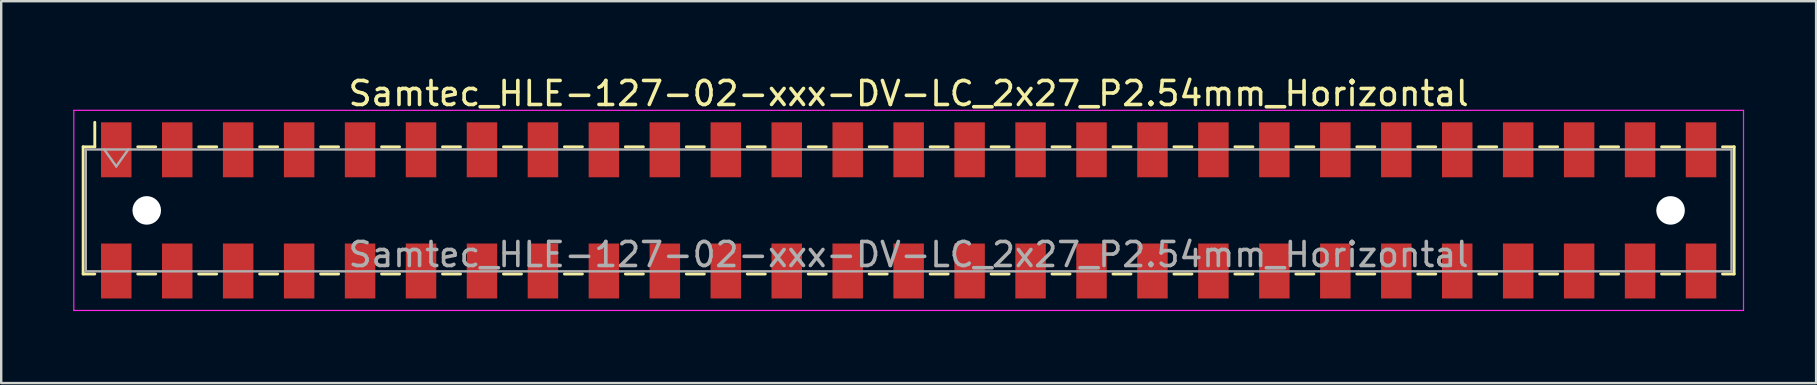
<source format=kicad_pcb>
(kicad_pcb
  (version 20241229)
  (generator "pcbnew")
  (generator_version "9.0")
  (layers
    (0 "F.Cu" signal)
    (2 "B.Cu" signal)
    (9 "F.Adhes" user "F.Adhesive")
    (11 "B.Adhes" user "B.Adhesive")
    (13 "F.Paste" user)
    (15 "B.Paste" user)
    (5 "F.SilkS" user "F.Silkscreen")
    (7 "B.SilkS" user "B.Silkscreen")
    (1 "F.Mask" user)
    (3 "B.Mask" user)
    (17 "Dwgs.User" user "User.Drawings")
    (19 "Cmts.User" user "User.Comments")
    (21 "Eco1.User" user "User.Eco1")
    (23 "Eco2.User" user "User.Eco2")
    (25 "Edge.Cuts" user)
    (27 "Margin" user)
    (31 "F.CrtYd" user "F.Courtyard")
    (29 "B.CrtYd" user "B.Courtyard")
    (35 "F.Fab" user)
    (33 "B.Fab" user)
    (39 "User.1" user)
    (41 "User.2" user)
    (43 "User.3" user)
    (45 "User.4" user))
  (footprint "Samtec_HLE-127-02-xxx-DV-LC_2x27_P2.54mm_Horizontal"
    (layer "F.Cu")
    (at 34.815 5.718)
    (property "Reference" "Samtec_HLE-127-02-xxx-DV-LC_2x27_P2.54mm_Horizontal" (at 0 -4.87 0) (layer "F.SilkS") (effects (font (size 1 1) (thickness 0.15))))
    (attr smd)
    (fp_line (start -34.4 -2.65) (end -34.4 2.65) (stroke (width 0.12) (type solid)) (layer "F.SilkS"))
    (fp_line (start -34.4 2.65) (end -33.915 2.65) (stroke (width 0.12) (type solid)) (layer "F.SilkS"))
    (fp_line (start -33.915 -3.67) (end -33.915 -2.65) (stroke (width 0.12) (type solid)) (layer "F.SilkS"))
    (fp_line (start -33.915 -2.65) (end -34.4 -2.65) (stroke (width 0.12) (type solid)) (layer "F.SilkS"))
    (fp_line (start -32.125 -2.65) (end -31.375 -2.65) (stroke (width 0.12) (type solid)) (layer "F.SilkS"))
    (fp_line (start -32.125 2.65) (end -31.375 2.65) (stroke (width 0.12) (type solid)) (layer "F.SilkS"))
    (fp_line (start -29.585 -2.65) (end -28.835 -2.65) (stroke (width 0.12) (type solid)) (layer "F.SilkS"))
    (fp_line (start -29.585 2.65) (end -28.835 2.65) (stroke (width 0.12) (type solid)) (layer "F.SilkS"))
    (fp_line (start -27.045 -2.65) (end -26.295 -2.65) (stroke (width 0.12) (type solid)) (layer "F.SilkS"))
    (fp_line (start -27.045 2.65) (end -26.295 2.65) (stroke (width 0.12) (type solid)) (layer "F.SilkS"))
    (fp_line (start -24.505 -2.65) (end -23.755 -2.65) (stroke (width 0.12) (type solid)) (layer "F.SilkS"))
    (fp_line (start -24.505 2.65) (end -23.755 2.65) (stroke (width 0.12) (type solid)) (layer "F.SilkS"))
    (fp_line (start -21.965 -2.65) (end -21.215 -2.65) (stroke (width 0.12) (type solid)) (layer "F.SilkS"))
    (fp_line (start -21.965 2.65) (end -21.215 2.65) (stroke (width 0.12) (type solid)) (layer "F.SilkS"))
    (fp_line (start -19.425 -2.65) (end -18.675 -2.65) (stroke (width 0.12) (type solid)) (layer "F.SilkS"))
    (fp_line (start -19.425 2.65) (end -18.675 2.65) (stroke (width 0.12) (type solid)) (layer "F.SilkS"))
    (fp_line (start -16.885 -2.65) (end -16.135 -2.65) (stroke (width 0.12) (type solid)) (layer "F.SilkS"))
    (fp_line (start -16.885 2.65) (end -16.135 2.65) (stroke (width 0.12) (type solid)) (layer "F.SilkS"))
    (fp_line (start -14.345 -2.65) (end -13.595 -2.65) (stroke (width 0.12) (type solid)) (layer "F.SilkS"))
    (fp_line (start -14.345 2.65) (end -13.595 2.65) (stroke (width 0.12) (type solid)) (layer "F.SilkS"))
    (fp_line (start -11.805 -2.65) (end -11.055 -2.65) (stroke (width 0.12) (type solid)) (layer "F.SilkS"))
    (fp_line (start -11.805 2.65) (end -11.055 2.65) (stroke (width 0.12) (type solid)) (layer "F.SilkS"))
    (fp_line (start -9.265 -2.65) (end -8.515 -2.65) (stroke (width 0.12) (type solid)) (layer "F.SilkS"))
    (fp_line (start -9.265 2.65) (end -8.515 2.65) (stroke (width 0.12) (type solid)) (layer "F.SilkS"))
    (fp_line (start -6.725 -2.65) (end -5.975 -2.65) (stroke (width 0.12) (type solid)) (layer "F.SilkS"))
    (fp_line (start -6.725 2.65) (end -5.975 2.65) (stroke (width 0.12) (type solid)) (layer "F.SilkS"))
    (fp_line (start -4.185 -2.65) (end -3.435 -2.65) (stroke (width 0.12) (type solid)) (layer "F.SilkS"))
    (fp_line (start -4.185 2.65) (end -3.435 2.65) (stroke (width 0.12) (type solid)) (layer "F.SilkS"))
    (fp_line (start -1.645 -2.65) (end -0.895 -2.65) (stroke (width 0.12) (type solid)) (layer "F.SilkS"))
    (fp_line (start -1.645 2.65) (end -0.895 2.65) (stroke (width 0.12) (type solid)) (layer "F.SilkS"))
    (fp_line (start 0.895 -2.65) (end 1.645 -2.65) (stroke (width 0.12) (type solid)) (layer "F.SilkS"))
    (fp_line (start 0.895 2.65) (end 1.645 2.65) (stroke (width 0.12) (type solid)) (layer "F.SilkS"))
    (fp_line (start 3.435 -2.65) (end 4.185 -2.65) (stroke (width 0.12) (type solid)) (layer "F.SilkS"))
    (fp_line (start 3.435 2.65) (end 4.185 2.65) (stroke (width 0.12) (type solid)) (layer "F.SilkS"))
    (fp_line (start 5.975 -2.65) (end 6.725 -2.65) (stroke (width 0.12) (type solid)) (layer "F.SilkS"))
    (fp_line (start 5.975 2.65) (end 6.725 2.65) (stroke (width 0.12) (type solid)) (layer "F.SilkS"))
    (fp_line (start 8.515 -2.65) (end 9.265 -2.65) (stroke (width 0.12) (type solid)) (layer "F.SilkS"))
    (fp_line (start 8.515 2.65) (end 9.265 2.65) (stroke (width 0.12) (type solid)) (layer "F.SilkS"))
    (fp_line (start 11.055 -2.65) (end 11.805 -2.65) (stroke (width 0.12) (type solid)) (layer "F.SilkS"))
    (fp_line (start 11.055 2.65) (end 11.805 2.65) (stroke (width 0.12) (type solid)) (layer "F.SilkS"))
    (fp_line (start 13.595 -2.65) (end 14.345 -2.65) (stroke (width 0.12) (type solid)) (layer "F.SilkS"))
    (fp_line (start 13.595 2.65) (end 14.345 2.65) (stroke (width 0.12) (type solid)) (layer "F.SilkS"))
    (fp_line (start 16.135 -2.65) (end 16.885 -2.65) (stroke (width 0.12) (type solid)) (layer "F.SilkS"))
    (fp_line (start 16.135 2.65) (end 16.885 2.65) (stroke (width 0.12) (type solid)) (layer "F.SilkS"))
    (fp_line (start 18.675 -2.65) (end 19.425 -2.65) (stroke (width 0.12) (type solid)) (layer "F.SilkS"))
    (fp_line (start 18.675 2.65) (end 19.425 2.65) (stroke (width 0.12) (type solid)) (layer "F.SilkS"))
    (fp_line (start 21.215 -2.65) (end 21.965 -2.65) (stroke (width 0.12) (type solid)) (layer "F.SilkS"))
    (fp_line (start 21.215 2.65) (end 21.965 2.65) (stroke (width 0.12) (type solid)) (layer "F.SilkS"))
    (fp_line (start 23.755 -2.65) (end 24.505 -2.65) (stroke (width 0.12) (type solid)) (layer "F.SilkS"))
    (fp_line (start 23.755 2.65) (end 24.505 2.65) (stroke (width 0.12) (type solid)) (layer "F.SilkS"))
    (fp_line (start 26.295 -2.65) (end 27.045 -2.65) (stroke (width 0.12) (type solid)) (layer "F.SilkS"))
    (fp_line (start 26.295 2.65) (end 27.045 2.65) (stroke (width 0.12) (type solid)) (layer "F.SilkS"))
    (fp_line (start 28.835 -2.65) (end 29.585 -2.65) (stroke (width 0.12) (type solid)) (layer "F.SilkS"))
    (fp_line (start 28.835 2.65) (end 29.585 2.65) (stroke (width 0.12) (type solid)) (layer "F.SilkS"))
    (fp_line (start 31.375 -2.65) (end 32.125 -2.65) (stroke (width 0.12) (type solid)) (layer "F.SilkS"))
    (fp_line (start 31.375 2.65) (end 32.125 2.65) (stroke (width 0.12) (type solid)) (layer "F.SilkS"))
    (fp_line (start 33.915 -2.65) (end 34.4 -2.65) (stroke (width 0.12) (type solid)) (layer "F.SilkS"))
    (fp_line (start 34.4 -2.65) (end 34.4 2.65) (stroke (width 0.12) (type solid)) (layer "F.SilkS"))
    (fp_line (start 34.4 2.65) (end 33.915 2.65) (stroke (width 0.12) (type solid)) (layer "F.SilkS"))
    (fp_line (start -34.79 -4.17) (end 34.79 -4.17) (stroke (width 0.05) (type solid)) (layer "F.CrtYd"))
    (fp_line (start -34.79 4.17) (end -34.79 -4.17) (stroke (width 0.05) (type solid)) (layer "F.CrtYd"))
    (fp_line (start 34.79 -4.17) (end 34.79 4.17) (stroke (width 0.05) (type solid)) (layer "F.CrtYd"))
    (fp_line (start 34.79 4.17) (end -34.79 4.17) (stroke (width 0.05) (type solid)) (layer "F.CrtYd"))
    (fp_line (start -34.29 -2.54) (end 34.29 -2.54) (stroke (width 0.1) (type solid)) (layer "F.Fab"))
    (fp_line (start -34.29 2.54) (end -34.29 -2.54) (stroke (width 0.1) (type solid)) (layer "F.Fab"))
    (fp_line (start -33.52 -2.54) (end -33.02 -1.833) (stroke (width 0.1) (type solid)) (layer "F.Fab"))
    (fp_line (start -33.02 -1.833) (end -32.52 -2.54) (stroke (width 0.1) (type solid)) (layer "F.Fab"))
    (fp_line (start 34.29 -2.54) (end 34.29 2.54) (stroke (width 0.1) (type solid)) (layer "F.Fab"))
    (fp_line (start 34.29 2.54) (end -34.29 2.54) (stroke (width 0.1) (type solid)) (layer "F.Fab"))
    (fp_text user "${REFERENCE}" (at 0 1.84 0) (layer "F.Fab") (effects (font (size 1 1) (thickness 0.15))))
    (pad "" np_thru_hole circle (at -31.75 0) (size 1.19 1.19) (drill 1.19) (layers "*.Cu" "*.Mask"))
    (pad "" np_thru_hole circle (at 31.75 0) (size 1.19 1.19) (drill 1.19) (layers "*.Cu" "*.Mask"))
    (pad "1" smd rect (at -33.02 -2.525) (size 1.27 2.29) (layers "F.Cu" "F.Mask" "F.Paste"))
    (pad "2" smd rect (at -33.02 2.525) (size 1.27 2.29) (layers "F.Cu" "F.Mask" "F.Paste"))
    (pad "3" smd rect (at -30.48 -2.525) (size 1.27 2.29) (layers "F.Cu" "F.Mask" "F.Paste"))
    (pad "4" smd rect (at -30.48 2.525) (size 1.27 2.29) (layers "F.Cu" "F.Mask" "F.Paste"))
    (pad "5" smd rect (at -27.94 -2.525) (size 1.27 2.29) (layers "F.Cu" "F.Mask" "F.Paste"))
    (pad "6" smd rect (at -27.94 2.525) (size 1.27 2.29) (layers "F.Cu" "F.Mask" "F.Paste"))
    (pad "7" smd rect (at -25.4 -2.525) (size 1.27 2.29) (layers "F.Cu" "F.Mask" "F.Paste"))
    (pad "8" smd rect (at -25.4 2.525) (size 1.27 2.29) (layers "F.Cu" "F.Mask" "F.Paste"))
    (pad "9" smd rect (at -22.86 -2.525) (size 1.27 2.29) (layers "F.Cu" "F.Mask" "F.Paste"))
    (pad "10" smd rect (at -22.86 2.525) (size 1.27 2.29) (layers "F.Cu" "F.Mask" "F.Paste"))
    (pad "11" smd rect (at -20.32 -2.525) (size 1.27 2.29) (layers "F.Cu" "F.Mask" "F.Paste"))
    (pad "12" smd rect (at -20.32 2.525) (size 1.27 2.29) (layers "F.Cu" "F.Mask" "F.Paste"))
    (pad "13" smd rect (at -17.78 -2.525) (size 1.27 2.29) (layers "F.Cu" "F.Mask" "F.Paste"))
    (pad "14" smd rect (at -17.78 2.525) (size 1.27 2.29) (layers "F.Cu" "F.Mask" "F.Paste"))
    (pad "15" smd rect (at -15.24 -2.525) (size 1.27 2.29) (layers "F.Cu" "F.Mask" "F.Paste"))
    (pad "16" smd rect (at -15.24 2.525) (size 1.27 2.29) (layers "F.Cu" "F.Mask" "F.Paste"))
    (pad "17" smd rect (at -12.7 -2.525) (size 1.27 2.29) (layers "F.Cu" "F.Mask" "F.Paste"))
    (pad "18" smd rect (at -12.7 2.525) (size 1.27 2.29) (layers "F.Cu" "F.Mask" "F.Paste"))
    (pad "19" smd rect (at -10.16 -2.525) (size 1.27 2.29) (layers "F.Cu" "F.Mask" "F.Paste"))
    (pad "20" smd rect (at -10.16 2.525) (size 1.27 2.29) (layers "F.Cu" "F.Mask" "F.Paste"))
    (pad "21" smd rect (at -7.62 -2.525) (size 1.27 2.29) (layers "F.Cu" "F.Mask" "F.Paste"))
    (pad "22" smd rect (at -7.62 2.525) (size 1.27 2.29) (layers "F.Cu" "F.Mask" "F.Paste"))
    (pad "23" smd rect (at -5.08 -2.525) (size 1.27 2.29) (layers "F.Cu" "F.Mask" "F.Paste"))
    (pad "24" smd rect (at -5.08 2.525) (size 1.27 2.29) (layers "F.Cu" "F.Mask" "F.Paste"))
    (pad "25" smd rect (at -2.54 -2.525) (size 1.27 2.29) (layers "F.Cu" "F.Mask" "F.Paste"))
    (pad "26" smd rect (at -2.54 2.525) (size 1.27 2.29) (layers "F.Cu" "F.Mask" "F.Paste"))
    (pad "27" smd rect (at 0 -2.525) (size 1.27 2.29) (layers "F.Cu" "F.Mask" "F.Paste"))
    (pad "28" smd rect (at 0 2.525) (size 1.27 2.29) (layers "F.Cu" "F.Mask" "F.Paste"))
    (pad "29" smd rect (at 2.54 -2.525) (size 1.27 2.29) (layers "F.Cu" "F.Mask" "F.Paste"))
    (pad "30" smd rect (at 2.54 2.525) (size 1.27 2.29) (layers "F.Cu" "F.Mask" "F.Paste"))
    (pad "31" smd rect (at 5.08 -2.525) (size 1.27 2.29) (layers "F.Cu" "F.Mask" "F.Paste"))
    (pad "32" smd rect (at 5.08 2.525) (size 1.27 2.29) (layers "F.Cu" "F.Mask" "F.Paste"))
    (pad "33" smd rect (at 7.62 -2.525) (size 1.27 2.29) (layers "F.Cu" "F.Mask" "F.Paste"))
    (pad "34" smd rect (at 7.62 2.525) (size 1.27 2.29) (layers "F.Cu" "F.Mask" "F.Paste"))
    (pad "35" smd rect (at 10.16 -2.525) (size 1.27 2.29) (layers "F.Cu" "F.Mask" "F.Paste"))
    (pad "36" smd rect (at 10.16 2.525) (size 1.27 2.29) (layers "F.Cu" "F.Mask" "F.Paste"))
    (pad "37" smd rect (at 12.7 -2.525) (size 1.27 2.29) (layers "F.Cu" "F.Mask" "F.Paste"))
    (pad "38" smd rect (at 12.7 2.525) (size 1.27 2.29) (layers "F.Cu" "F.Mask" "F.Paste"))
    (pad "39" smd rect (at 15.24 -2.525) (size 1.27 2.29) (layers "F.Cu" "F.Mask" "F.Paste"))
    (pad "40" smd rect (at 15.24 2.525) (size 1.27 2.29) (layers "F.Cu" "F.Mask" "F.Paste"))
    (pad "41" smd rect (at 17.78 -2.525) (size 1.27 2.29) (layers "F.Cu" "F.Mask" "F.Paste"))
    (pad "42" smd rect (at 17.78 2.525) (size 1.27 2.29) (layers "F.Cu" "F.Mask" "F.Paste"))
    (pad "43" smd rect (at 20.32 -2.525) (size 1.27 2.29) (layers "F.Cu" "F.Mask" "F.Paste"))
    (pad "44" smd rect (at 20.32 2.525) (size 1.27 2.29) (layers "F.Cu" "F.Mask" "F.Paste"))
    (pad "45" smd rect (at 22.86 -2.525) (size 1.27 2.29) (layers "F.Cu" "F.Mask" "F.Paste"))
    (pad "46" smd rect (at 22.86 2.525) (size 1.27 2.29) (layers "F.Cu" "F.Mask" "F.Paste"))
    (pad "47" smd rect (at 25.4 -2.525) (size 1.27 2.29) (layers "F.Cu" "F.Mask" "F.Paste"))
    (pad "48" smd rect (at 25.4 2.525) (size 1.27 2.29) (layers "F.Cu" "F.Mask" "F.Paste"))
    (pad "49" smd rect (at 27.94 -2.525) (size 1.27 2.29) (layers "F.Cu" "F.Mask" "F.Paste"))
    (pad "50" smd rect (at 27.94 2.525) (size 1.27 2.29) (layers "F.Cu" "F.Mask" "F.Paste"))
    (pad "51" smd rect (at 30.48 -2.525) (size 1.27 2.29) (layers "F.Cu" "F.Mask" "F.Paste"))
    (pad "52" smd rect (at 30.48 2.525) (size 1.27 2.29) (layers "F.Cu" "F.Mask" "F.Paste"))
    (pad "53" smd rect (at 33.02 -2.525) (size 1.27 2.29) (layers "F.Cu" "F.Mask" "F.Paste"))
    (pad "54" smd rect (at 33.02 2.525) (size 1.27 2.29) (layers "F.Cu" "F.Mask" "F.Paste")))
  (gr_rect
    (start -3 -3)
    (end 72.63 12.913)
    (stroke (width 0.1) (type default))
    (fill no)
    (layer "Edge.Cuts")))
</source>
